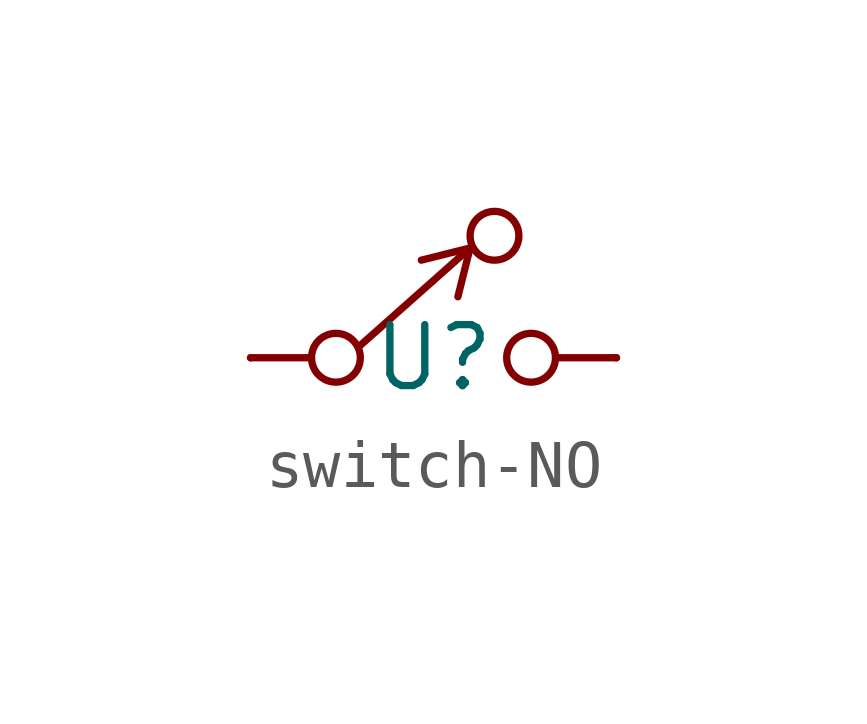
<source format=kicad_sym>
(kicad_symbol_lib
  (version 20231120)
  (generator "kicad_symbol_editor")
  (generator_version "8.0")
  (symbol "switch-NO"
    (property "Reference" "U"
      (at 0 0 0)
      (effects (font (size 1.27 1.27))))
    (property "Value" ""
      (at 0 0 0)
      (effects (font (size 1.27 1.27))))
    (symbol "switch-NO_0_0"
      (circle (center -2.032 0) (radius 0.508) (stroke (width 0) (type default)) (fill (type none)))
      (polyline (pts (xy -1.553 0.232) (xy 0.762 2.286)) (stroke (width 0) (type default)) (fill (type none)))
      (circle (center 1.27 2.54) (radius 0.508) (stroke (width 0) (type default)) (fill (type none)))
      (circle (center 2.032 0) (radius 0.508) (stroke (width 0) (type default)) (fill (type none))))
    (symbol "switch-NO_0_1"
      (polyline (pts (xy -3.81 0) (xy -2.54 0)) (stroke (width 0) (type default)) (fill (type none)))
      (polyline (pts (xy 0.762 2.286) (xy -0.254 2.032)) (stroke (width 0) (type default)) (fill (type none)))
      (polyline (pts (xy 0.762 2.286) (xy 0.508 1.27)) (stroke (width 0) (type default)) (fill (type none)))
      (polyline (pts (xy 3.81 0) (xy 2.54 0)) (stroke (width 0) (type default)) (fill (type none))))
    (symbol "switch-NO_1_1"
      (pin passive line (at -3.81 0 0) (length 0) (name "~" (effects (font (size 1.27 1.27)))) (number "" (effects (font (size 1.27 1.27)))))
      (pin passive line (at 3.81 0 180) (length 0) (name "~" (effects (font (size 1.27 1.27)))) (number "" (effects (font (size 1.27 1.27))))))))
</source>
